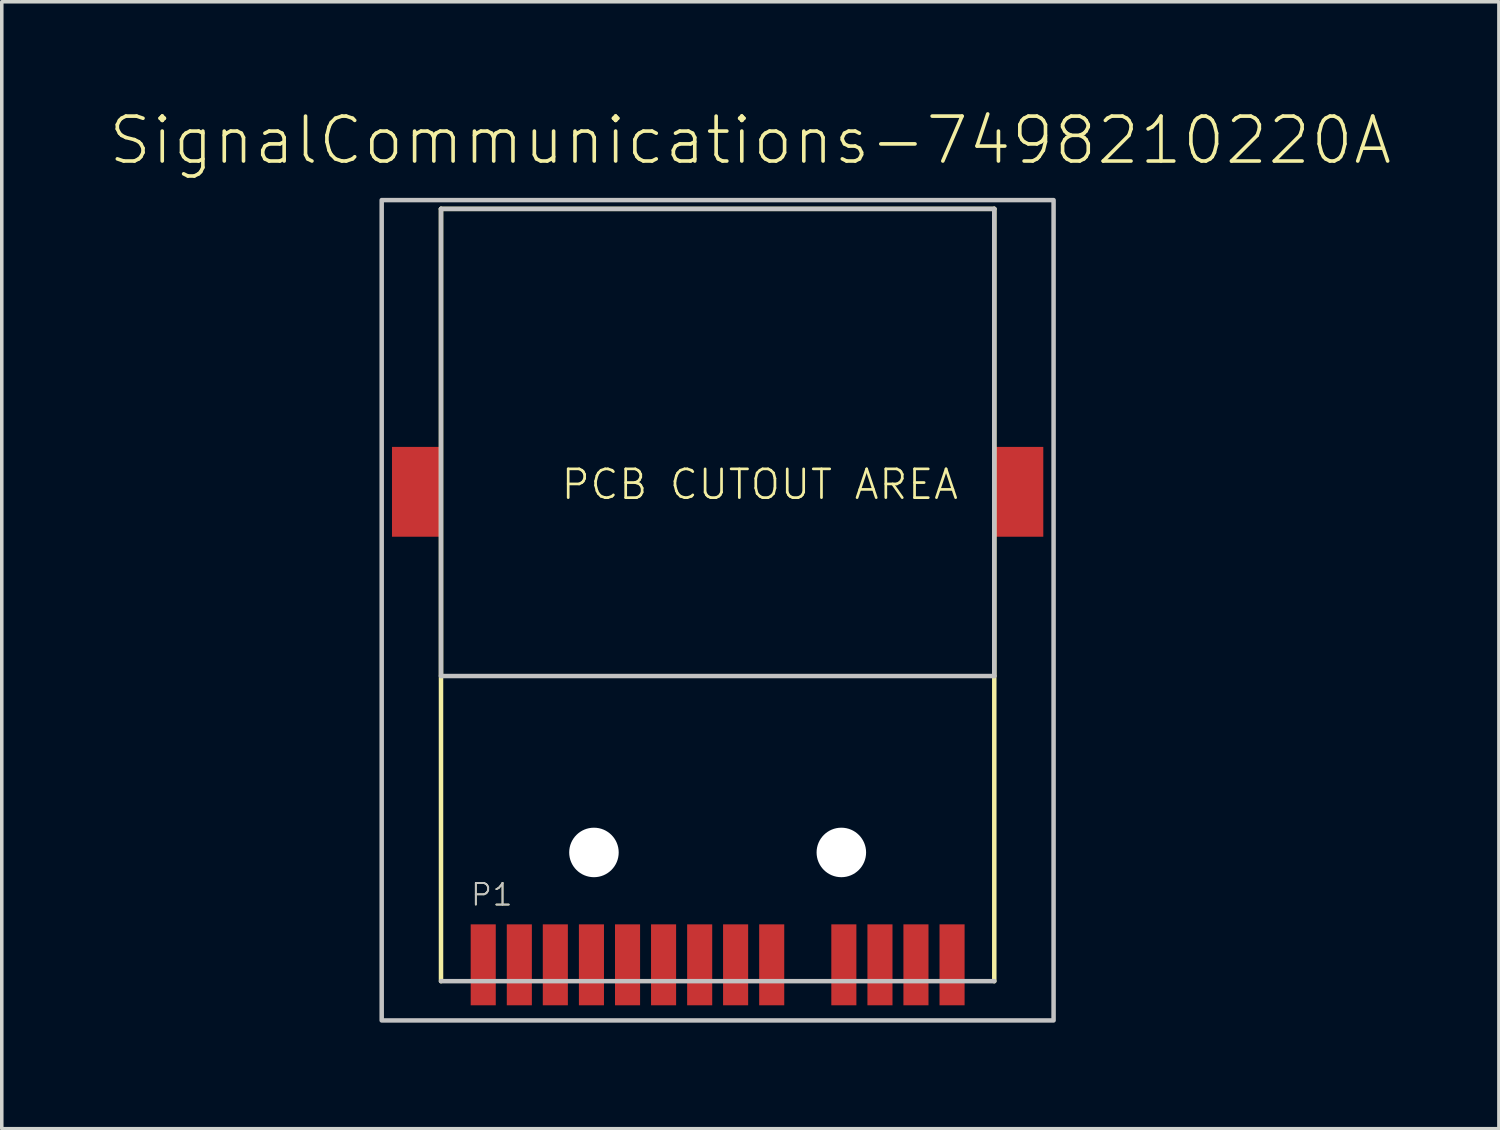
<source format=kicad_pcb>
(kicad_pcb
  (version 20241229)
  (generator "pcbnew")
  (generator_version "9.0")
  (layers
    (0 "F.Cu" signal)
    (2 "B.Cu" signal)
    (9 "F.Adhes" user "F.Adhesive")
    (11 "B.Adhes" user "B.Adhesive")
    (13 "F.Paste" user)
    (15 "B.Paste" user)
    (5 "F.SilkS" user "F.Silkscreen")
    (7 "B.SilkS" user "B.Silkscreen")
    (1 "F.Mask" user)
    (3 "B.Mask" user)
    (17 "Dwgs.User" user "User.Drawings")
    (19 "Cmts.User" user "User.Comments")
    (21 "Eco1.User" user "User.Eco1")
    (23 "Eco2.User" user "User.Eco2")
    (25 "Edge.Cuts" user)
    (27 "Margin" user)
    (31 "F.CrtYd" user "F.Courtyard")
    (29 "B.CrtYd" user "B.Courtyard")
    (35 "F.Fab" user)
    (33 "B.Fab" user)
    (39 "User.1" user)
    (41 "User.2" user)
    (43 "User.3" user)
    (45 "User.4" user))
  (footprint "SignalCommunications-7498210220A"
    (layer "F.Cu")
    (at 17.244 21.056)
    (property "Reference" "SignalCommunications-7498210220A" (at 0.925 -20.135 0) (layer "F.SilkS") (effects (font (size 1.27 1.27) (thickness 0.102))))
    (attr smd)
    (fp_line (start -7.823 -18.199) (end 7.823 -18.199) (stroke (width 0.127) (type solid)) (layer "F.SilkS"))
    (fp_line (start -7.823 3.64) (end -7.823 -18.199) (stroke (width 0.127) (type solid)) (layer "F.SilkS"))
    (fp_line (start 7.823 -18.199) (end 7.823 3.64) (stroke (width 0.127) (type solid)) (layer "F.SilkS"))
    (fp_line (start -7.823 -18.199) (end 7.823 -18.199) (stroke (width 0.127) (type solid)) (layer "Dwgs.User"))
    (fp_line (start -7.823 -4.989) (end -7.823 -18.199) (stroke (width 0.127) (type solid)) (layer "Dwgs.User"))
    (fp_line (start 7.823 -18.199) (end 7.823 -4.989) (stroke (width 0.127) (type solid)) (layer "Dwgs.User"))
    (fp_line (start 7.823 -4.989) (end -7.823 -4.989) (stroke (width 0.127) (type solid)) (layer "Dwgs.User"))
    (fp_line (start 7.823 3.64) (end -7.823 3.64) (stroke (width 0.127) (type solid)) (layer "Dwgs.User"))
    (fp_poly (pts (xy -9.5 -18.448) (xy 9.5 -18.448) (xy 9.5 4.75) (xy -9.5 4.75) (xy -9.5 -18.448)) (stroke (width 0.127) (type solid)) (fill no) (layer "Dwgs.User"))
    (fp_text user "PCB CUTOUT AREA" (at 1.194 -10.406 0) (layer "F.SilkS") (effects (font (size 0.813 0.813) (thickness 0.076))))
    (fp_text user "P1" (at -6.388 1.194 0) (layer "F.SilkS") (effects (font (size 0.61 0.61) (thickness 0.051))))
    (fp_text user "P1" (at -6.388 1.194 0) (layer "Dwgs.User") (effects (font (size 0.61 0.61) (thickness 0.051))))
    (pad "" np_thru_hole circle (at -3.498 0) (size 1.4 1.4) (drill 1.4) (layers "*.Cu" "*.Mask"))
    (pad "" np_thru_hole circle (at 3.498 0) (size 1.4 1.4) (drill 1.4) (layers "*.Cu" "*.Mask"))
    (pad "P1" smd rect (at -6.629 3.178 90) (size 2.289 0.709) (layers "F.Cu" "F.Mask" "F.Paste"))
    (pad "P2" smd rect (at -5.608 3.178 90) (size 2.289 0.709) (layers "F.Cu" "F.Mask" "F.Paste"))
    (pad "P3" smd rect (at -4.59 3.178 90) (size 2.289 0.709) (layers "F.Cu" "F.Mask" "F.Paste"))
    (pad "P4" smd rect (at -3.569 3.178 90) (size 2.289 0.709) (layers "F.Cu" "F.Mask" "F.Paste"))
    (pad "P5" smd rect (at -2.548 3.178 90) (size 2.289 0.709) (layers "F.Cu" "F.Mask" "F.Paste"))
    (pad "P6" smd rect (at -1.529 3.178 90) (size 2.289 0.709) (layers "F.Cu" "F.Mask" "F.Paste"))
    (pad "P7" smd rect (at -0.508 3.178 90) (size 2.289 0.709) (layers "F.Cu" "F.Mask" "F.Paste"))
    (pad "P9" smd rect (at 0.508 3.178 90) (size 2.289 0.709) (layers "F.Cu" "F.Mask" "F.Paste"))
    (pad "P10" smd rect (at 1.529 3.178 90) (size 2.289 0.709) (layers "F.Cu" "F.Mask" "F.Paste"))
    (pad "P11" smd rect (at 3.569 3.178 90) (size 2.289 0.709) (layers "F.Cu" "F.Mask" "F.Paste"))
    (pad "P12" smd rect (at 4.59 3.178 90) (size 2.289 0.709) (layers "F.Cu" "F.Mask" "F.Paste"))
    (pad "P13" smd rect (at 5.608 3.178 90) (size 2.289 0.709) (layers "F.Cu" "F.Mask" "F.Paste"))
    (pad "P14" smd rect (at 6.629 3.178 90) (size 2.289 0.709) (layers "F.Cu" "F.Mask" "F.Paste"))
    (pad "SHEL" smd rect (at -8.509 -10.198 90) (size 2.54 1.4) (layers "F.Cu" "F.Mask" "F.Paste"))
    (pad "SHEL" smd rect (at 8.509 -10.198 90) (size 2.54 1.4) (layers "F.Cu" "F.Mask" "F.Paste")))
  (gr_rect
    (start -3 -3)
    (end 39.337 28.869)
    (stroke (width 0.1) (type default))
    (fill no)
    (layer "Edge.Cuts")))
</source>
